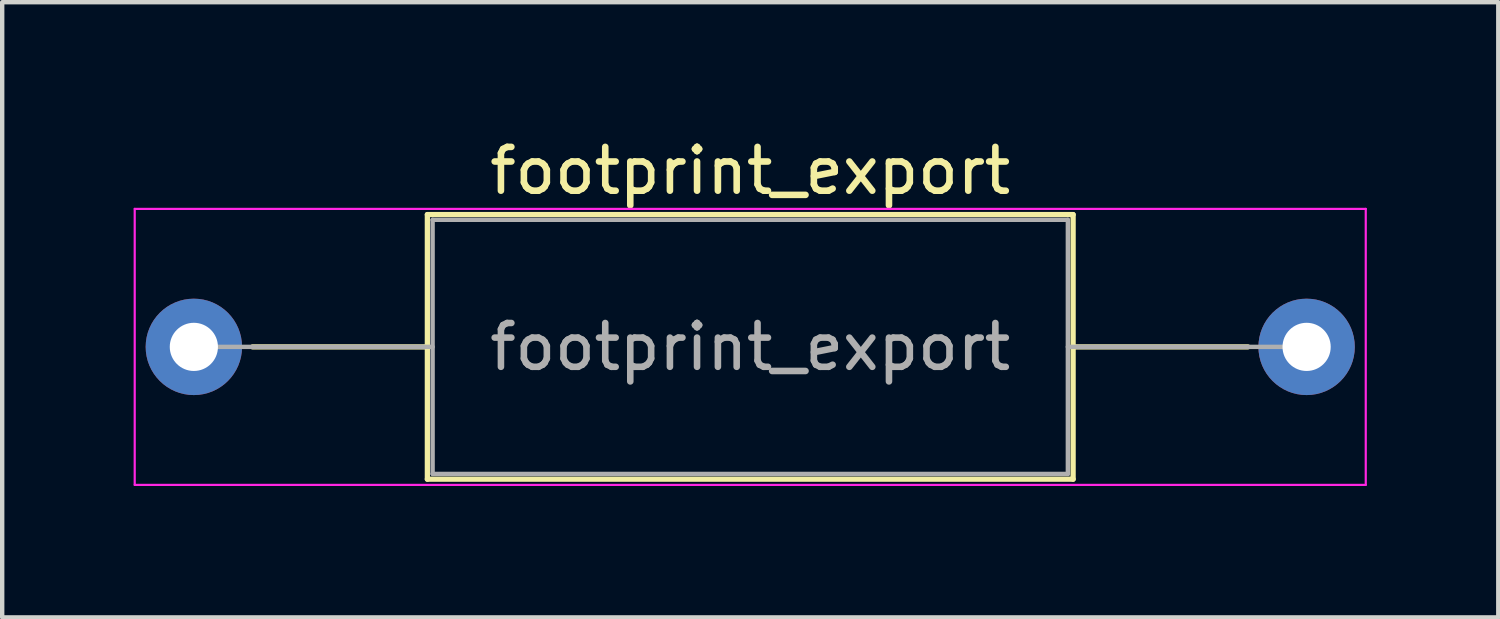
<source format=kicad_pcb>
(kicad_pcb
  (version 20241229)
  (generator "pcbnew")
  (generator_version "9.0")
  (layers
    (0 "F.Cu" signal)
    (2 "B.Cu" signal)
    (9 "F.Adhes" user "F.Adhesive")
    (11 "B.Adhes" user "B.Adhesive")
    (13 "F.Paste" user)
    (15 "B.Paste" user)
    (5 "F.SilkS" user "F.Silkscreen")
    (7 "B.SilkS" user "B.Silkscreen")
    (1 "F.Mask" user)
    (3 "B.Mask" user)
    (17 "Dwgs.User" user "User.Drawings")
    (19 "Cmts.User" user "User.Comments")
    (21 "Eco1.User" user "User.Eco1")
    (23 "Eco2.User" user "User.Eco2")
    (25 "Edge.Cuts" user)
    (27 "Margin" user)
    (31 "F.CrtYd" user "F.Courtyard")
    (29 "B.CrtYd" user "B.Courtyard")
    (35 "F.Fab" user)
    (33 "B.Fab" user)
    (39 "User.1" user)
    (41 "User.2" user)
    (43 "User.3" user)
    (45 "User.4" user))
  (footprint "footprint_export"
    (layer "F.Cu")
    (at 1.375 4.868)
    (property "Reference" "footprint_export" (at 12.7 -4.02 0) (layer "F.SilkS") (effects (font (size 1 1) (thickness 0.15))))
    (attr through_hole)
    (fp_line (start 1.34 0) (end 5.33 0) (stroke (width 0.12) (type solid)) (layer "F.SilkS"))
    (fp_line (start 5.33 -3.02) (end 5.33 3.02) (stroke (width 0.12) (type solid)) (layer "F.SilkS"))
    (fp_line (start 5.33 3.02) (end 20.07 3.02) (stroke (width 0.12) (type solid)) (layer "F.SilkS"))
    (fp_line (start 20.07 -3.02) (end 5.33 -3.02) (stroke (width 0.12) (type solid)) (layer "F.SilkS"))
    (fp_line (start 20.07 3.02) (end 20.07 -3.02) (stroke (width 0.12) (type solid)) (layer "F.SilkS"))
    (fp_line (start 24.06 0) (end 20.07 0) (stroke (width 0.12) (type solid)) (layer "F.SilkS"))
    (fp_line (start -1.35 -3.15) (end -1.35 3.15) (stroke (width 0.05) (type solid)) (layer "F.CrtYd"))
    (fp_line (start -1.35 3.15) (end 26.75 3.15) (stroke (width 0.05) (type solid)) (layer "F.CrtYd"))
    (fp_line (start 26.75 -3.15) (end -1.35 -3.15) (stroke (width 0.05) (type solid)) (layer "F.CrtYd"))
    (fp_line (start 26.75 3.15) (end 26.75 -3.15) (stroke (width 0.05) (type solid)) (layer "F.CrtYd"))
    (fp_line (start 0 0) (end 5.45 0) (stroke (width 0.1) (type solid)) (layer "F.Fab"))
    (fp_line (start 5.45 -2.9) (end 5.45 2.9) (stroke (width 0.1) (type solid)) (layer "F.Fab"))
    (fp_line (start 5.45 2.9) (end 19.95 2.9) (stroke (width 0.1) (type solid)) (layer "F.Fab"))
    (fp_line (start 19.95 -2.9) (end 5.45 -2.9) (stroke (width 0.1) (type solid)) (layer "F.Fab"))
    (fp_line (start 19.95 2.9) (end 19.95 -2.9) (stroke (width 0.1) (type solid)) (layer "F.Fab"))
    (fp_line (start 25.4 0) (end 19.95 0) (stroke (width 0.1) (type solid)) (layer "F.Fab"))
    (fp_text user "${REFERENCE}" (at 12.7 0 0) (layer "F.Fab") (effects (font (size 1 1) (thickness 0.15))))
    (pad "1" thru_hole circle (at 0 0) (size 2.2 2.2) (drill 1.1) (layers "*.Cu" "*.Mask"))
    (pad "2" thru_hole oval (at 25.4 0) (size 2.2 2.2) (drill 1.1) (layers "*.Cu" "*.Mask")))
  (gr_rect
    (start -3 -3)
    (end 31.15 11.043)
    (stroke (width 0.1) (type default))
    (fill no)
    (layer "Edge.Cuts")))
</source>
